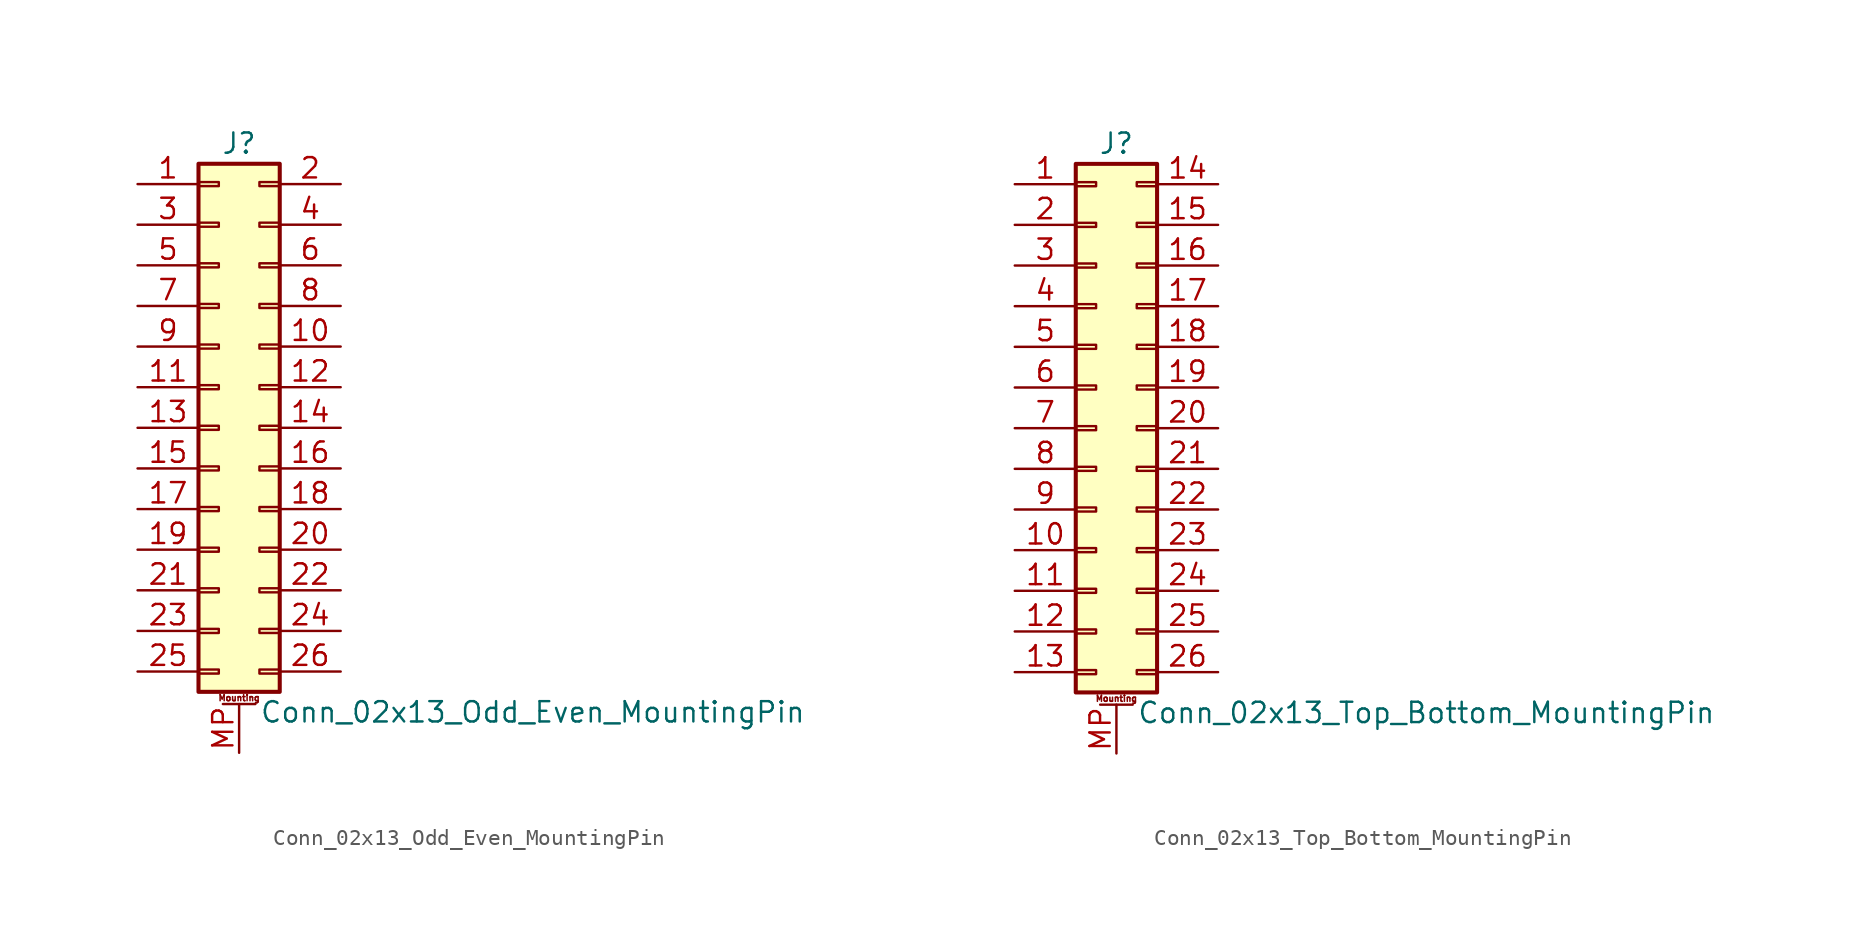
<source format=kicad_sym>
(kicad_symbol_lib
  (version 20211014)
  (generator kicad_symbol_editor)
  (symbol "Conn_02x13_Odd_Even_MountingPin"
    (pin_names
      (offset 1.016) hide)
    (property "Reference" "J"
      (at 1.27 17.78 0)
      (effects (font (size 1.27 1.27))))
    (property "Value" "Conn_02x13_Odd_Even_MountingPin"
      (at 2.54 -17.78 0)
      (effects (font (size 1.27 1.27)) (justify left)))
    (symbol "Conn_02x13_Odd_Even_MountingPin_1_1"
      (rectangle (start -1.27 -15.113) (end 0 -15.367) (stroke (width 0.152) (type default) (color 0 0 0 0)) (fill (type none)))
      (rectangle (start -1.27 -12.573) (end 0 -12.827) (stroke (width 0.152) (type default) (color 0 0 0 0)) (fill (type none)))
      (rectangle (start -1.27 -10.033) (end 0 -10.287) (stroke (width 0.152) (type default) (color 0 0 0 0)) (fill (type none)))
      (rectangle (start -1.27 -7.493) (end 0 -7.747) (stroke (width 0.152) (type default) (color 0 0 0 0)) (fill (type none)))
      (rectangle (start -1.27 -4.953) (end 0 -5.207) (stroke (width 0.152) (type default) (color 0 0 0 0)) (fill (type none)))
      (rectangle (start -1.27 -2.413) (end 0 -2.667) (stroke (width 0.152) (type default) (color 0 0 0 0)) (fill (type none)))
      (rectangle (start -1.27 0.127) (end 0 -0.127) (stroke (width 0.152) (type default) (color 0 0 0 0)) (fill (type none)))
      (rectangle (start -1.27 2.667) (end 0 2.413) (stroke (width 0.152) (type default) (color 0 0 0 0)) (fill (type none)))
      (rectangle (start -1.27 5.207) (end 0 4.953) (stroke (width 0.152) (type default) (color 0 0 0 0)) (fill (type none)))
      (rectangle (start -1.27 7.747) (end 0 7.493) (stroke (width 0.152) (type default) (color 0 0 0 0)) (fill (type none)))
      (rectangle (start -1.27 10.287) (end 0 10.033) (stroke (width 0.152) (type default) (color 0 0 0 0)) (fill (type none)))
      (rectangle (start -1.27 12.827) (end 0 12.573) (stroke (width 0.152) (type default) (color 0 0 0 0)) (fill (type none)))
      (rectangle (start -1.27 15.367) (end 0 15.113) (stroke (width 0.152) (type default) (color 0 0 0 0)) (fill (type none)))
      (rectangle (start -1.27 16.51) (end 3.81 -16.51) (stroke (width 0.254) (type default) (color 0 0 0 0)) (fill (type background)))
      (polyline (pts (xy 0.254 -17.272) (xy 2.286 -17.272)) (stroke (width 0.152) (type default) (color 0 0 0 0)) (fill (type none)))
      (rectangle (start 3.81 -15.113) (end 2.54 -15.367) (stroke (width 0.152) (type default) (color 0 0 0 0)) (fill (type none)))
      (rectangle (start 3.81 -12.573) (end 2.54 -12.827) (stroke (width 0.152) (type default) (color 0 0 0 0)) (fill (type none)))
      (rectangle (start 3.81 -10.033) (end 2.54 -10.287) (stroke (width 0.152) (type default) (color 0 0 0 0)) (fill (type none)))
      (rectangle (start 3.81 -7.493) (end 2.54 -7.747) (stroke (width 0.152) (type default) (color 0 0 0 0)) (fill (type none)))
      (rectangle (start 3.81 -4.953) (end 2.54 -5.207) (stroke (width 0.152) (type default) (color 0 0 0 0)) (fill (type none)))
      (rectangle (start 3.81 -2.413) (end 2.54 -2.667) (stroke (width 0.152) (type default) (color 0 0 0 0)) (fill (type none)))
      (rectangle (start 3.81 0.127) (end 2.54 -0.127) (stroke (width 0.152) (type default) (color 0 0 0 0)) (fill (type none)))
      (rectangle (start 3.81 2.667) (end 2.54 2.413) (stroke (width 0.152) (type default) (color 0 0 0 0)) (fill (type none)))
      (rectangle (start 3.81 5.207) (end 2.54 4.953) (stroke (width 0.152) (type default) (color 0 0 0 0)) (fill (type none)))
      (rectangle (start 3.81 7.747) (end 2.54 7.493) (stroke (width 0.152) (type default) (color 0 0 0 0)) (fill (type none)))
      (rectangle (start 3.81 10.287) (end 2.54 10.033) (stroke (width 0.152) (type default) (color 0 0 0 0)) (fill (type none)))
      (rectangle (start 3.81 12.827) (end 2.54 12.573) (stroke (width 0.152) (type default) (color 0 0 0 0)) (fill (type none)))
      (rectangle (start 3.81 15.367) (end 2.54 15.113) (stroke (width 0.152) (type default) (color 0 0 0 0)) (fill (type none)))
      (text "Mounting" (at 1.27 -16.891 0) (effects (font (size 0.381 0.381))))
      (pin passive line (at -5.08 15.24 0) (length 3.81) (name "Pin_1" (effects (font (size 1.27 1.27)))) (number "1" (effects (font (size 1.27 1.27)))))
      (pin passive line (at 7.62 5.08 180) (length 3.81) (name "Pin_10" (effects (font (size 1.27 1.27)))) (number "10" (effects (font (size 1.27 1.27)))))
      (pin passive line (at -5.08 2.54 0) (length 3.81) (name "Pin_11" (effects (font (size 1.27 1.27)))) (number "11" (effects (font (size 1.27 1.27)))))
      (pin passive line (at 7.62 2.54 180) (length 3.81) (name "Pin_12" (effects (font (size 1.27 1.27)))) (number "12" (effects (font (size 1.27 1.27)))))
      (pin passive line (at -5.08 0 0) (length 3.81) (name "Pin_13" (effects (font (size 1.27 1.27)))) (number "13" (effects (font (size 1.27 1.27)))))
      (pin passive line (at 7.62 0 180) (length 3.81) (name "Pin_14" (effects (font (size 1.27 1.27)))) (number "14" (effects (font (size 1.27 1.27)))))
      (pin passive line (at -5.08 -2.54 0) (length 3.81) (name "Pin_15" (effects (font (size 1.27 1.27)))) (number "15" (effects (font (size 1.27 1.27)))))
      (pin passive line (at 7.62 -2.54 180) (length 3.81) (name "Pin_16" (effects (font (size 1.27 1.27)))) (number "16" (effects (font (size 1.27 1.27)))))
      (pin passive line (at -5.08 -5.08 0) (length 3.81) (name "Pin_17" (effects (font (size 1.27 1.27)))) (number "17" (effects (font (size 1.27 1.27)))))
      (pin passive line (at 7.62 -5.08 180) (length 3.81) (name "Pin_18" (effects (font (size 1.27 1.27)))) (number "18" (effects (font (size 1.27 1.27)))))
      (pin passive line (at -5.08 -7.62 0) (length 3.81) (name "Pin_19" (effects (font (size 1.27 1.27)))) (number "19" (effects (font (size 1.27 1.27)))))
      (pin passive line (at 7.62 15.24 180) (length 3.81) (name "Pin_2" (effects (font (size 1.27 1.27)))) (number "2" (effects (font (size 1.27 1.27)))))
      (pin passive line (at 7.62 -7.62 180) (length 3.81) (name "Pin_20" (effects (font (size 1.27 1.27)))) (number "20" (effects (font (size 1.27 1.27)))))
      (pin passive line (at -5.08 -10.16 0) (length 3.81) (name "Pin_21" (effects (font (size 1.27 1.27)))) (number "21" (effects (font (size 1.27 1.27)))))
      (pin passive line (at 7.62 -10.16 180) (length 3.81) (name "Pin_22" (effects (font (size 1.27 1.27)))) (number "22" (effects (font (size 1.27 1.27)))))
      (pin passive line (at -5.08 -12.7 0) (length 3.81) (name "Pin_23" (effects (font (size 1.27 1.27)))) (number "23" (effects (font (size 1.27 1.27)))))
      (pin passive line (at 7.62 -12.7 180) (length 3.81) (name "Pin_24" (effects (font (size 1.27 1.27)))) (number "24" (effects (font (size 1.27 1.27)))))
      (pin passive line (at -5.08 -15.24 0) (length 3.81) (name "Pin_25" (effects (font (size 1.27 1.27)))) (number "25" (effects (font (size 1.27 1.27)))))
      (pin passive line (at 7.62 -15.24 180) (length 3.81) (name "Pin_26" (effects (font (size 1.27 1.27)))) (number "26" (effects (font (size 1.27 1.27)))))
      (pin passive line (at -5.08 12.7 0) (length 3.81) (name "Pin_3" (effects (font (size 1.27 1.27)))) (number "3" (effects (font (size 1.27 1.27)))))
      (pin passive line (at 7.62 12.7 180) (length 3.81) (name "Pin_4" (effects (font (size 1.27 1.27)))) (number "4" (effects (font (size 1.27 1.27)))))
      (pin passive line (at -5.08 10.16 0) (length 3.81) (name "Pin_5" (effects (font (size 1.27 1.27)))) (number "5" (effects (font (size 1.27 1.27)))))
      (pin passive line (at 7.62 10.16 180) (length 3.81) (name "Pin_6" (effects (font (size 1.27 1.27)))) (number "6" (effects (font (size 1.27 1.27)))))
      (pin passive line (at -5.08 7.62 0) (length 3.81) (name "Pin_7" (effects (font (size 1.27 1.27)))) (number "7" (effects (font (size 1.27 1.27)))))
      (pin passive line (at 7.62 7.62 180) (length 3.81) (name "Pin_8" (effects (font (size 1.27 1.27)))) (number "8" (effects (font (size 1.27 1.27)))))
      (pin passive line (at -5.08 5.08 0) (length 3.81) (name "Pin_9" (effects (font (size 1.27 1.27)))) (number "9" (effects (font (size 1.27 1.27)))))
      (pin passive line (at 1.27 -20.32 90) (length 3.048) (name "MountPin" (effects (font (size 1.27 1.27)))) (number "MP" (effects (font (size 1.27 1.27)))))))
  (symbol "Conn_02x13_Top_Bottom_MountingPin"
    (pin_names
      (offset 1.016) hide)
    (property "Reference" "J"
      (at 1.27 17.78 0)
      (effects (font (size 1.27 1.27))))
    (property "Value" "Conn_02x13_Top_Bottom_MountingPin"
      (at 2.54 -17.78 0)
      (effects (font (size 1.27 1.27)) (justify left)))
    (symbol "Conn_02x13_Top_Bottom_MountingPin_1_1"
      (rectangle (start -1.27 -15.113) (end 0 -15.367) (stroke (width 0.152) (type default) (color 0 0 0 0)) (fill (type none)))
      (rectangle (start -1.27 -12.573) (end 0 -12.827) (stroke (width 0.152) (type default) (color 0 0 0 0)) (fill (type none)))
      (rectangle (start -1.27 -10.033) (end 0 -10.287) (stroke (width 0.152) (type default) (color 0 0 0 0)) (fill (type none)))
      (rectangle (start -1.27 -7.493) (end 0 -7.747) (stroke (width 0.152) (type default) (color 0 0 0 0)) (fill (type none)))
      (rectangle (start -1.27 -4.953) (end 0 -5.207) (stroke (width 0.152) (type default) (color 0 0 0 0)) (fill (type none)))
      (rectangle (start -1.27 -2.413) (end 0 -2.667) (stroke (width 0.152) (type default) (color 0 0 0 0)) (fill (type none)))
      (rectangle (start -1.27 0.127) (end 0 -0.127) (stroke (width 0.152) (type default) (color 0 0 0 0)) (fill (type none)))
      (rectangle (start -1.27 2.667) (end 0 2.413) (stroke (width 0.152) (type default) (color 0 0 0 0)) (fill (type none)))
      (rectangle (start -1.27 5.207) (end 0 4.953) (stroke (width 0.152) (type default) (color 0 0 0 0)) (fill (type none)))
      (rectangle (start -1.27 7.747) (end 0 7.493) (stroke (width 0.152) (type default) (color 0 0 0 0)) (fill (type none)))
      (rectangle (start -1.27 10.287) (end 0 10.033) (stroke (width 0.152) (type default) (color 0 0 0 0)) (fill (type none)))
      (rectangle (start -1.27 12.827) (end 0 12.573) (stroke (width 0.152) (type default) (color 0 0 0 0)) (fill (type none)))
      (rectangle (start -1.27 15.367) (end 0 15.113) (stroke (width 0.152) (type default) (color 0 0 0 0)) (fill (type none)))
      (rectangle (start -1.27 16.51) (end 3.81 -16.51) (stroke (width 0.254) (type default) (color 0 0 0 0)) (fill (type background)))
      (polyline (pts (xy 0.254 -17.272) (xy 2.286 -17.272)) (stroke (width 0.152) (type default) (color 0 0 0 0)) (fill (type none)))
      (rectangle (start 3.81 -15.113) (end 2.54 -15.367) (stroke (width 0.152) (type default) (color 0 0 0 0)) (fill (type none)))
      (rectangle (start 3.81 -12.573) (end 2.54 -12.827) (stroke (width 0.152) (type default) (color 0 0 0 0)) (fill (type none)))
      (rectangle (start 3.81 -10.033) (end 2.54 -10.287) (stroke (width 0.152) (type default) (color 0 0 0 0)) (fill (type none)))
      (rectangle (start 3.81 -7.493) (end 2.54 -7.747) (stroke (width 0.152) (type default) (color 0 0 0 0)) (fill (type none)))
      (rectangle (start 3.81 -4.953) (end 2.54 -5.207) (stroke (width 0.152) (type default) (color 0 0 0 0)) (fill (type none)))
      (rectangle (start 3.81 -2.413) (end 2.54 -2.667) (stroke (width 0.152) (type default) (color 0 0 0 0)) (fill (type none)))
      (rectangle (start 3.81 0.127) (end 2.54 -0.127) (stroke (width 0.152) (type default) (color 0 0 0 0)) (fill (type none)))
      (rectangle (start 3.81 2.667) (end 2.54 2.413) (stroke (width 0.152) (type default) (color 0 0 0 0)) (fill (type none)))
      (rectangle (start 3.81 5.207) (end 2.54 4.953) (stroke (width 0.152) (type default) (color 0 0 0 0)) (fill (type none)))
      (rectangle (start 3.81 7.747) (end 2.54 7.493) (stroke (width 0.152) (type default) (color 0 0 0 0)) (fill (type none)))
      (rectangle (start 3.81 10.287) (end 2.54 10.033) (stroke (width 0.152) (type default) (color 0 0 0 0)) (fill (type none)))
      (rectangle (start 3.81 12.827) (end 2.54 12.573) (stroke (width 0.152) (type default) (color 0 0 0 0)) (fill (type none)))
      (rectangle (start 3.81 15.367) (end 2.54 15.113) (stroke (width 0.152) (type default) (color 0 0 0 0)) (fill (type none)))
      (text "Mounting" (at 1.27 -16.891 0) (effects (font (size 0.381 0.381))))
      (pin passive line (at -5.08 15.24 0) (length 3.81) (name "Pin_1" (effects (font (size 1.27 1.27)))) (number "1" (effects (font (size 1.27 1.27)))))
      (pin passive line (at -5.08 -7.62 0) (length 3.81) (name "Pin_10" (effects (font (size 1.27 1.27)))) (number "10" (effects (font (size 1.27 1.27)))))
      (pin passive line (at -5.08 -10.16 0) (length 3.81) (name "Pin_11" (effects (font (size 1.27 1.27)))) (number "11" (effects (font (size 1.27 1.27)))))
      (pin passive line (at -5.08 -12.7 0) (length 3.81) (name "Pin_12" (effects (font (size 1.27 1.27)))) (number "12" (effects (font (size 1.27 1.27)))))
      (pin passive line (at -5.08 -15.24 0) (length 3.81) (name "Pin_13" (effects (font (size 1.27 1.27)))) (number "13" (effects (font (size 1.27 1.27)))))
      (pin passive line (at 7.62 15.24 180) (length 3.81) (name "Pin_14" (effects (font (size 1.27 1.27)))) (number "14" (effects (font (size 1.27 1.27)))))
      (pin passive line (at 7.62 12.7 180) (length 3.81) (name "Pin_15" (effects (font (size 1.27 1.27)))) (number "15" (effects (font (size 1.27 1.27)))))
      (pin passive line (at 7.62 10.16 180) (length 3.81) (name "Pin_16" (effects (font (size 1.27 1.27)))) (number "16" (effects (font (size 1.27 1.27)))))
      (pin passive line (at 7.62 7.62 180) (length 3.81) (name "Pin_17" (effects (font (size 1.27 1.27)))) (number "17" (effects (font (size 1.27 1.27)))))
      (pin passive line (at 7.62 5.08 180) (length 3.81) (name "Pin_18" (effects (font (size 1.27 1.27)))) (number "18" (effects (font (size 1.27 1.27)))))
      (pin passive line (at 7.62 2.54 180) (length 3.81) (name "Pin_19" (effects (font (size 1.27 1.27)))) (number "19" (effects (font (size 1.27 1.27)))))
      (pin passive line (at -5.08 12.7 0) (length 3.81) (name "Pin_2" (effects (font (size 1.27 1.27)))) (number "2" (effects (font (size 1.27 1.27)))))
      (pin passive line (at 7.62 0 180) (length 3.81) (name "Pin_20" (effects (font (size 1.27 1.27)))) (number "20" (effects (font (size 1.27 1.27)))))
      (pin passive line (at 7.62 -2.54 180) (length 3.81) (name "Pin_21" (effects (font (size 1.27 1.27)))) (number "21" (effects (font (size 1.27 1.27)))))
      (pin passive line (at 7.62 -5.08 180) (length 3.81) (name "Pin_22" (effects (font (size 1.27 1.27)))) (number "22" (effects (font (size 1.27 1.27)))))
      (pin passive line (at 7.62 -7.62 180) (length 3.81) (name "Pin_23" (effects (font (size 1.27 1.27)))) (number "23" (effects (font (size 1.27 1.27)))))
      (pin passive line (at 7.62 -10.16 180) (length 3.81) (name "Pin_24" (effects (font (size 1.27 1.27)))) (number "24" (effects (font (size 1.27 1.27)))))
      (pin passive line (at 7.62 -12.7 180) (length 3.81) (name "Pin_25" (effects (font (size 1.27 1.27)))) (number "25" (effects (font (size 1.27 1.27)))))
      (pin passive line (at 7.62 -15.24 180) (length 3.81) (name "Pin_26" (effects (font (size 1.27 1.27)))) (number "26" (effects (font (size 1.27 1.27)))))
      (pin passive line (at -5.08 10.16 0) (length 3.81) (name "Pin_3" (effects (font (size 1.27 1.27)))) (number "3" (effects (font (size 1.27 1.27)))))
      (pin passive line (at -5.08 7.62 0) (length 3.81) (name "Pin_4" (effects (font (size 1.27 1.27)))) (number "4" (effects (font (size 1.27 1.27)))))
      (pin passive line (at -5.08 5.08 0) (length 3.81) (name "Pin_5" (effects (font (size 1.27 1.27)))) (number "5" (effects (font (size 1.27 1.27)))))
      (pin passive line (at -5.08 2.54 0) (length 3.81) (name "Pin_6" (effects (font (size 1.27 1.27)))) (number "6" (effects (font (size 1.27 1.27)))))
      (pin passive line (at -5.08 0 0) (length 3.81) (name "Pin_7" (effects (font (size 1.27 1.27)))) (number "7" (effects (font (size 1.27 1.27)))))
      (pin passive line (at -5.08 -2.54 0) (length 3.81) (name "Pin_8" (effects (font (size 1.27 1.27)))) (number "8" (effects (font (size 1.27 1.27)))))
      (pin passive line (at -5.08 -5.08 0) (length 3.81) (name "Pin_9" (effects (font (size 1.27 1.27)))) (number "9" (effects (font (size 1.27 1.27)))))
      (pin passive line (at 1.27 -20.32 90) (length 3.048) (name "MountPin" (effects (font (size 1.27 1.27)))) (number "MP" (effects (font (size 1.27 1.27))))))))
</source>
